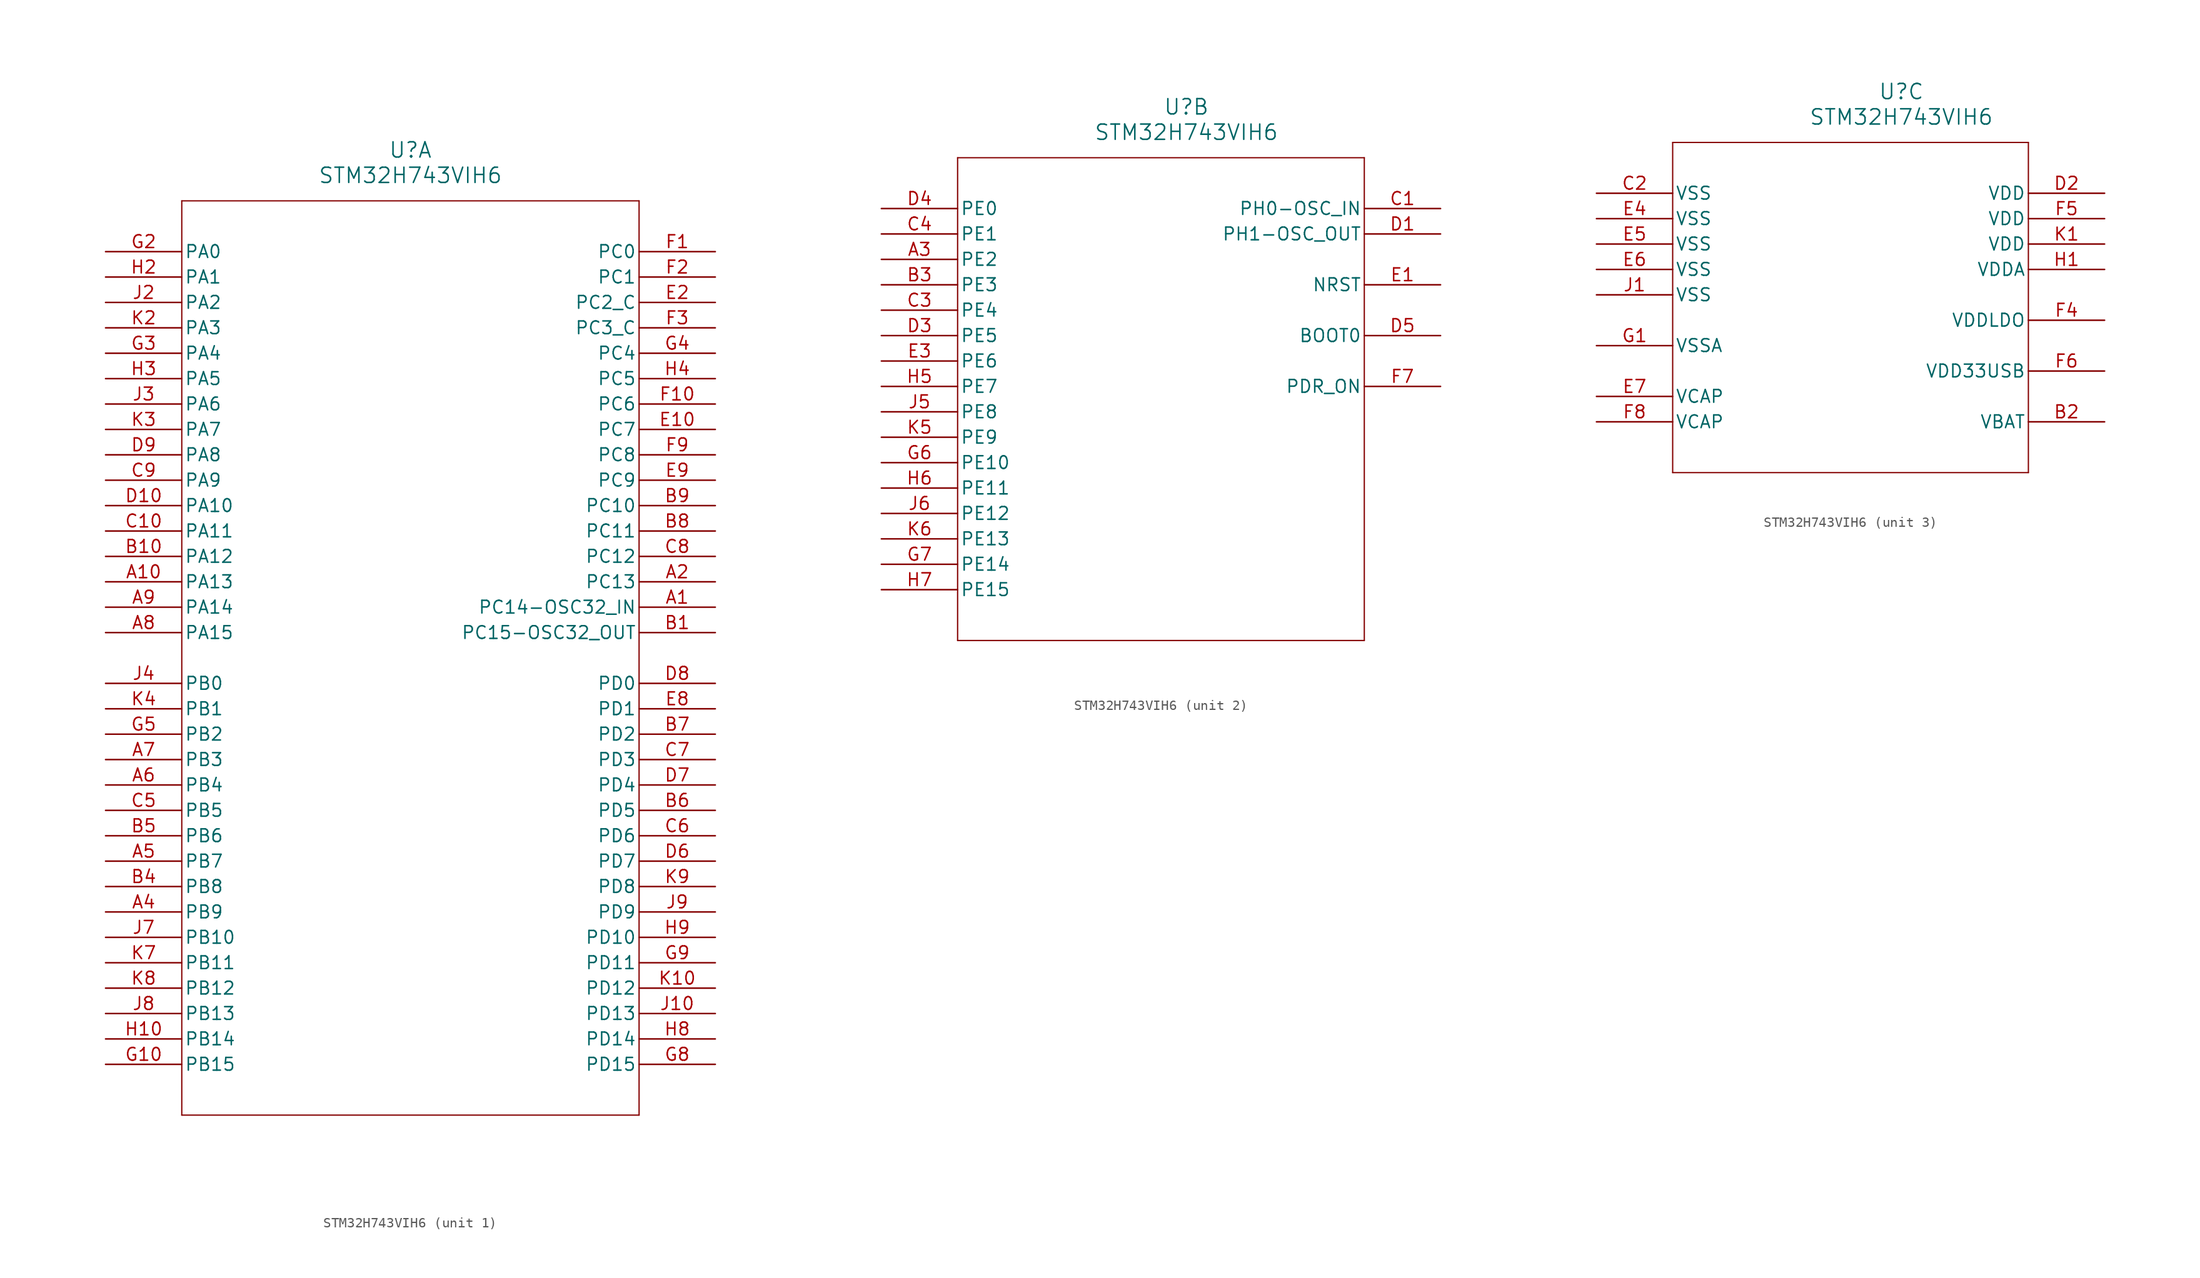
<source format=kicad_sym>
(kicad_symbol_lib
  (version 20220914)
  (generator kicad_symbol_editor)
  (symbol "STM32H743VIH6"
    (pin_names
      (offset 0.254))
    (property "Reference" "U"
      (at 30.48 10.16 0)
      (effects (font (size 1.524 1.524))))
    (property "Value" "STM32H743VIH6"
      (at 30.48 7.62 0)
      (effects (font (size 1.524 1.524))))
    (property "ki_locked" ""
      (at 0 0 0)
      (effects (font (size 1.27 1.27))))
    (symbol "STM32H743VIH6_1_1"
      (polyline (pts (xy 7.62 -86.36) (xy 53.34 -86.36)) (stroke (width 0.127) (type default)) (fill (type none)))
      (polyline (pts (xy 7.62 5.08) (xy 7.62 -86.36)) (stroke (width 0.127) (type default)) (fill (type none)))
      (polyline (pts (xy 53.34 -86.36) (xy 53.34 5.08)) (stroke (width 0.127) (type default)) (fill (type none)))
      (polyline (pts (xy 53.34 5.08) (xy 7.62 5.08)) (stroke (width 0.127) (type default)) (fill (type none)))
      (pin bidirectional line (at 60.96 -35.56 180) (length 7.62) (name "PC14-OSC32_IN" (effects (font (size 1.27 1.27)))) (number "A1" (effects (font (size 1.27 1.27)))))
      (pin bidirectional line (at 0 -33.02 0) (length 7.62) (name "PA13" (effects (font (size 1.27 1.27)))) (number "A10" (effects (font (size 1.27 1.27)))))
      (pin bidirectional line (at 60.96 -33.02 180) (length 7.62) (name "PC13" (effects (font (size 1.27 1.27)))) (number "A2" (effects (font (size 1.27 1.27)))))
      (pin bidirectional line (at 0 -66.04 0) (length 7.62) (name "PB9" (effects (font (size 1.27 1.27)))) (number "A4" (effects (font (size 1.27 1.27)))))
      (pin bidirectional line (at 0 -60.96 0) (length 7.62) (name "PB7" (effects (font (size 1.27 1.27)))) (number "A5" (effects (font (size 1.27 1.27)))))
      (pin bidirectional line (at 0 -53.34 0) (length 7.62) (name "PB4" (effects (font (size 1.27 1.27)))) (number "A6" (effects (font (size 1.27 1.27)))))
      (pin bidirectional line (at 0 -50.8 0) (length 7.62) (name "PB3" (effects (font (size 1.27 1.27)))) (number "A7" (effects (font (size 1.27 1.27)))))
      (pin bidirectional line (at 0 -38.1 0) (length 7.62) (name "PA15" (effects (font (size 1.27 1.27)))) (number "A8" (effects (font (size 1.27 1.27)))))
      (pin bidirectional line (at 0 -35.56 0) (length 7.62) (name "PA14" (effects (font (size 1.27 1.27)))) (number "A9" (effects (font (size 1.27 1.27)))))
      (pin bidirectional line (at 60.96 -38.1 180) (length 7.62) (name "PC15-OSC32_OUT" (effects (font (size 1.27 1.27)))) (number "B1" (effects (font (size 1.27 1.27)))))
      (pin bidirectional line (at 0 -30.48 0) (length 7.62) (name "PA12" (effects (font (size 1.27 1.27)))) (number "B10" (effects (font (size 1.27 1.27)))))
      (pin bidirectional line (at 0 -63.5 0) (length 7.62) (name "PB8" (effects (font (size 1.27 1.27)))) (number "B4" (effects (font (size 1.27 1.27)))))
      (pin bidirectional line (at 0 -58.42 0) (length 7.62) (name "PB6" (effects (font (size 1.27 1.27)))) (number "B5" (effects (font (size 1.27 1.27)))))
      (pin bidirectional line (at 60.96 -55.88 180) (length 7.62) (name "PD5" (effects (font (size 1.27 1.27)))) (number "B6" (effects (font (size 1.27 1.27)))))
      (pin bidirectional line (at 60.96 -48.26 180) (length 7.62) (name "PD2" (effects (font (size 1.27 1.27)))) (number "B7" (effects (font (size 1.27 1.27)))))
      (pin bidirectional line (at 60.96 -27.94 180) (length 7.62) (name "PC11" (effects (font (size 1.27 1.27)))) (number "B8" (effects (font (size 1.27 1.27)))))
      (pin bidirectional line (at 60.96 -25.4 180) (length 7.62) (name "PC10" (effects (font (size 1.27 1.27)))) (number "B9" (effects (font (size 1.27 1.27)))))
      (pin bidirectional line (at 0 -27.94 0) (length 7.62) (name "PA11" (effects (font (size 1.27 1.27)))) (number "C10" (effects (font (size 1.27 1.27)))))
      (pin bidirectional line (at 0 -55.88 0) (length 7.62) (name "PB5" (effects (font (size 1.27 1.27)))) (number "C5" (effects (font (size 1.27 1.27)))))
      (pin bidirectional line (at 60.96 -58.42 180) (length 7.62) (name "PD6" (effects (font (size 1.27 1.27)))) (number "C6" (effects (font (size 1.27 1.27)))))
      (pin bidirectional line (at 60.96 -50.8 180) (length 7.62) (name "PD3" (effects (font (size 1.27 1.27)))) (number "C7" (effects (font (size 1.27 1.27)))))
      (pin bidirectional line (at 60.96 -30.48 180) (length 7.62) (name "PC12" (effects (font (size 1.27 1.27)))) (number "C8" (effects (font (size 1.27 1.27)))))
      (pin bidirectional line (at 0 -22.86 0) (length 7.62) (name "PA9" (effects (font (size 1.27 1.27)))) (number "C9" (effects (font (size 1.27 1.27)))))
      (pin bidirectional line (at 0 -25.4 0) (length 7.62) (name "PA10" (effects (font (size 1.27 1.27)))) (number "D10" (effects (font (size 1.27 1.27)))))
      (pin bidirectional line (at 60.96 -60.96 180) (length 7.62) (name "PD7" (effects (font (size 1.27 1.27)))) (number "D6" (effects (font (size 1.27 1.27)))))
      (pin bidirectional line (at 60.96 -53.34 180) (length 7.62) (name "PD4" (effects (font (size 1.27 1.27)))) (number "D7" (effects (font (size 1.27 1.27)))))
      (pin bidirectional line (at 60.96 -43.18 180) (length 7.62) (name "PD0" (effects (font (size 1.27 1.27)))) (number "D8" (effects (font (size 1.27 1.27)))))
      (pin bidirectional line (at 0 -20.32 0) (length 7.62) (name "PA8" (effects (font (size 1.27 1.27)))) (number "D9" (effects (font (size 1.27 1.27)))))
      (pin bidirectional line (at 60.96 -17.78 180) (length 7.62) (name "PC7" (effects (font (size 1.27 1.27)))) (number "E10" (effects (font (size 1.27 1.27)))))
      (pin bidirectional line (at 60.96 -5.08 180) (length 7.62) (name "PC2_C" (effects (font (size 1.27 1.27)))) (number "E2" (effects (font (size 1.27 1.27)))))
      (pin bidirectional line (at 60.96 -45.72 180) (length 7.62) (name "PD1" (effects (font (size 1.27 1.27)))) (number "E8" (effects (font (size 1.27 1.27)))))
      (pin bidirectional line (at 60.96 -22.86 180) (length 7.62) (name "PC9" (effects (font (size 1.27 1.27)))) (number "E9" (effects (font (size 1.27 1.27)))))
      (pin bidirectional line (at 60.96 0 180) (length 7.62) (name "PC0" (effects (font (size 1.27 1.27)))) (number "F1" (effects (font (size 1.27 1.27)))))
      (pin bidirectional line (at 60.96 -15.24 180) (length 7.62) (name "PC6" (effects (font (size 1.27 1.27)))) (number "F10" (effects (font (size 1.27 1.27)))))
      (pin bidirectional line (at 60.96 -2.54 180) (length 7.62) (name "PC1" (effects (font (size 1.27 1.27)))) (number "F2" (effects (font (size 1.27 1.27)))))
      (pin bidirectional line (at 60.96 -7.62 180) (length 7.62) (name "PC3_C" (effects (font (size 1.27 1.27)))) (number "F3" (effects (font (size 1.27 1.27)))))
      (pin bidirectional line (at 60.96 -20.32 180) (length 7.62) (name "PC8" (effects (font (size 1.27 1.27)))) (number "F9" (effects (font (size 1.27 1.27)))))
      (pin bidirectional line (at 0 -81.28 0) (length 7.62) (name "PB15" (effects (font (size 1.27 1.27)))) (number "G10" (effects (font (size 1.27 1.27)))))
      (pin bidirectional line (at 0 0 0) (length 7.62) (name "PA0" (effects (font (size 1.27 1.27)))) (number "G2" (effects (font (size 1.27 1.27)))))
      (pin bidirectional line (at 0 -10.16 0) (length 7.62) (name "PA4" (effects (font (size 1.27 1.27)))) (number "G3" (effects (font (size 1.27 1.27)))))
      (pin bidirectional line (at 60.96 -10.16 180) (length 7.62) (name "PC4" (effects (font (size 1.27 1.27)))) (number "G4" (effects (font (size 1.27 1.27)))))
      (pin bidirectional line (at 0 -48.26 0) (length 7.62) (name "PB2" (effects (font (size 1.27 1.27)))) (number "G5" (effects (font (size 1.27 1.27)))))
      (pin bidirectional line (at 60.96 -81.28 180) (length 7.62) (name "PD15" (effects (font (size 1.27 1.27)))) (number "G8" (effects (font (size 1.27 1.27)))))
      (pin bidirectional line (at 60.96 -71.12 180) (length 7.62) (name "PD11" (effects (font (size 1.27 1.27)))) (number "G9" (effects (font (size 1.27 1.27)))))
      (pin bidirectional line (at 0 -78.74 0) (length 7.62) (name "PB14" (effects (font (size 1.27 1.27)))) (number "H10" (effects (font (size 1.27 1.27)))))
      (pin bidirectional line (at 0 -2.54 0) (length 7.62) (name "PA1" (effects (font (size 1.27 1.27)))) (number "H2" (effects (font (size 1.27 1.27)))))
      (pin bidirectional line (at 0 -12.7 0) (length 7.62) (name "PA5" (effects (font (size 1.27 1.27)))) (number "H3" (effects (font (size 1.27 1.27)))))
      (pin bidirectional line (at 60.96 -12.7 180) (length 7.62) (name "PC5" (effects (font (size 1.27 1.27)))) (number "H4" (effects (font (size 1.27 1.27)))))
      (pin bidirectional line (at 60.96 -78.74 180) (length 7.62) (name "PD14" (effects (font (size 1.27 1.27)))) (number "H8" (effects (font (size 1.27 1.27)))))
      (pin bidirectional line (at 60.96 -68.58 180) (length 7.62) (name "PD10" (effects (font (size 1.27 1.27)))) (number "H9" (effects (font (size 1.27 1.27)))))
      (pin bidirectional line (at 60.96 -76.2 180) (length 7.62) (name "PD13" (effects (font (size 1.27 1.27)))) (number "J10" (effects (font (size 1.27 1.27)))))
      (pin bidirectional line (at 0 -5.08 0) (length 7.62) (name "PA2" (effects (font (size 1.27 1.27)))) (number "J2" (effects (font (size 1.27 1.27)))))
      (pin bidirectional line (at 0 -15.24 0) (length 7.62) (name "PA6" (effects (font (size 1.27 1.27)))) (number "J3" (effects (font (size 1.27 1.27)))))
      (pin bidirectional line (at 0 -43.18 0) (length 7.62) (name "PB0" (effects (font (size 1.27 1.27)))) (number "J4" (effects (font (size 1.27 1.27)))))
      (pin bidirectional line (at 0 -68.58 0) (length 7.62) (name "PB10" (effects (font (size 1.27 1.27)))) (number "J7" (effects (font (size 1.27 1.27)))))
      (pin bidirectional line (at 0 -76.2 0) (length 7.62) (name "PB13" (effects (font (size 1.27 1.27)))) (number "J8" (effects (font (size 1.27 1.27)))))
      (pin bidirectional line (at 60.96 -66.04 180) (length 7.62) (name "PD9" (effects (font (size 1.27 1.27)))) (number "J9" (effects (font (size 1.27 1.27)))))
      (pin bidirectional line (at 60.96 -73.66 180) (length 7.62) (name "PD12" (effects (font (size 1.27 1.27)))) (number "K10" (effects (font (size 1.27 1.27)))))
      (pin bidirectional line (at 0 -7.62 0) (length 7.62) (name "PA3" (effects (font (size 1.27 1.27)))) (number "K2" (effects (font (size 1.27 1.27)))))
      (pin bidirectional line (at 0 -17.78 0) (length 7.62) (name "PA7" (effects (font (size 1.27 1.27)))) (number "K3" (effects (font (size 1.27 1.27)))))
      (pin bidirectional line (at 0 -45.72 0) (length 7.62) (name "PB1" (effects (font (size 1.27 1.27)))) (number "K4" (effects (font (size 1.27 1.27)))))
      (pin bidirectional line (at 0 -71.12 0) (length 7.62) (name "PB11" (effects (font (size 1.27 1.27)))) (number "K7" (effects (font (size 1.27 1.27)))))
      (pin bidirectional line (at 0 -73.66 0) (length 7.62) (name "PB12" (effects (font (size 1.27 1.27)))) (number "K8" (effects (font (size 1.27 1.27)))))
      (pin bidirectional line (at 60.96 -63.5 180) (length 7.62) (name "PD8" (effects (font (size 1.27 1.27)))) (number "K9" (effects (font (size 1.27 1.27))))))
    (symbol "STM32H743VIH6_2_1"
      (polyline (pts (xy 7.62 -43.18) (xy 48.26 -43.18)) (stroke (width 0.127) (type default)) (fill (type none)))
      (polyline (pts (xy 7.62 5.08) (xy 7.62 -43.18)) (stroke (width 0.127) (type default)) (fill (type none)))
      (polyline (pts (xy 48.26 -43.18) (xy 48.26 5.08)) (stroke (width 0.127) (type default)) (fill (type none)))
      (polyline (pts (xy 48.26 5.08) (xy 7.62 5.08)) (stroke (width 0.127) (type default)) (fill (type none)))
      (pin bidirectional line (at 0 -5.08 0) (length 7.62) (name "PE2" (effects (font (size 1.27 1.27)))) (number "A3" (effects (font (size 1.27 1.27)))))
      (pin bidirectional line (at 0 -7.62 0) (length 7.62) (name "PE3" (effects (font (size 1.27 1.27)))) (number "B3" (effects (font (size 1.27 1.27)))))
      (pin bidirectional line (at 55.88 0 180) (length 7.62) (name "PH0-OSC_IN" (effects (font (size 1.27 1.27)))) (number "C1" (effects (font (size 1.27 1.27)))))
      (pin bidirectional line (at 0 -10.16 0) (length 7.62) (name "PE4" (effects (font (size 1.27 1.27)))) (number "C3" (effects (font (size 1.27 1.27)))))
      (pin bidirectional line (at 0 -2.54 0) (length 7.62) (name "PE1" (effects (font (size 1.27 1.27)))) (number "C4" (effects (font (size 1.27 1.27)))))
      (pin bidirectional line (at 55.88 -2.54 180) (length 7.62) (name "PH1-OSC_OUT" (effects (font (size 1.27 1.27)))) (number "D1" (effects (font (size 1.27 1.27)))))
      (pin bidirectional line (at 0 -12.7 0) (length 7.62) (name "PE5" (effects (font (size 1.27 1.27)))) (number "D3" (effects (font (size 1.27 1.27)))))
      (pin bidirectional line (at 0 0 0) (length 7.62) (name "PE0" (effects (font (size 1.27 1.27)))) (number "D4" (effects (font (size 1.27 1.27)))))
      (pin input line (at 55.88 -12.7 180) (length 7.62) (name "BOOT0" (effects (font (size 1.27 1.27)))) (number "D5" (effects (font (size 1.27 1.27)))))
      (pin bidirectional line (at 55.88 -7.62 180) (length 7.62) (name "NRST" (effects (font (size 1.27 1.27)))) (number "E1" (effects (font (size 1.27 1.27)))))
      (pin bidirectional line (at 0 -15.24 0) (length 7.62) (name "PE6" (effects (font (size 1.27 1.27)))) (number "E3" (effects (font (size 1.27 1.27)))))
      (pin bidirectional line (at 55.88 -17.78 180) (length 7.62) (name "PDR_ON" (effects (font (size 1.27 1.27)))) (number "F7" (effects (font (size 1.27 1.27)))))
      (pin bidirectional line (at 0 -25.4 0) (length 7.62) (name "PE10" (effects (font (size 1.27 1.27)))) (number "G6" (effects (font (size 1.27 1.27)))))
      (pin bidirectional line (at 0 -35.56 0) (length 7.62) (name "PE14" (effects (font (size 1.27 1.27)))) (number "G7" (effects (font (size 1.27 1.27)))))
      (pin bidirectional line (at 0 -17.78 0) (length 7.62) (name "PE7" (effects (font (size 1.27 1.27)))) (number "H5" (effects (font (size 1.27 1.27)))))
      (pin bidirectional line (at 0 -27.94 0) (length 7.62) (name "PE11" (effects (font (size 1.27 1.27)))) (number "H6" (effects (font (size 1.27 1.27)))))
      (pin bidirectional line (at 0 -38.1 0) (length 7.62) (name "PE15" (effects (font (size 1.27 1.27)))) (number "H7" (effects (font (size 1.27 1.27)))))
      (pin bidirectional line (at 0 -20.32 0) (length 7.62) (name "PE8" (effects (font (size 1.27 1.27)))) (number "J5" (effects (font (size 1.27 1.27)))))
      (pin bidirectional line (at 0 -30.48 0) (length 7.62) (name "PE12" (effects (font (size 1.27 1.27)))) (number "J6" (effects (font (size 1.27 1.27)))))
      (pin bidirectional line (at 0 -22.86 0) (length 7.62) (name "PE9" (effects (font (size 1.27 1.27)))) (number "K5" (effects (font (size 1.27 1.27)))))
      (pin bidirectional line (at 0 -33.02 0) (length 7.62) (name "PE13" (effects (font (size 1.27 1.27)))) (number "K6" (effects (font (size 1.27 1.27))))))
    (symbol "STM32H743VIH6_3_1"
      (polyline (pts (xy 7.62 -27.94) (xy 43.18 -27.94)) (stroke (width 0.127) (type default)) (fill (type none)))
      (polyline (pts (xy 7.62 5.08) (xy 7.62 -27.94)) (stroke (width 0.127) (type default)) (fill (type none)))
      (polyline (pts (xy 43.18 -27.94) (xy 43.18 5.08)) (stroke (width 0.127) (type default)) (fill (type none)))
      (polyline (pts (xy 43.18 5.08) (xy 7.62 5.08)) (stroke (width 0.127) (type default)) (fill (type none)))
      (pin power_in line (at 50.8 -22.86 180) (length 7.62) (name "VBAT" (effects (font (size 1.27 1.27)))) (number "B2" (effects (font (size 1.27 1.27)))))
      (pin power_in line (at 0 0 0) (length 7.62) (name "VSS" (effects (font (size 1.27 1.27)))) (number "C2" (effects (font (size 1.27 1.27)))))
      (pin power_in line (at 50.8 0 180) (length 7.62) (name "VDD" (effects (font (size 1.27 1.27)))) (number "D2" (effects (font (size 1.27 1.27)))))
      (pin power_in line (at 0 -2.54 0) (length 7.62) (name "VSS" (effects (font (size 1.27 1.27)))) (number "E4" (effects (font (size 1.27 1.27)))))
      (pin power_in line (at 0 -5.08 0) (length 7.62) (name "VSS" (effects (font (size 1.27 1.27)))) (number "E5" (effects (font (size 1.27 1.27)))))
      (pin power_in line (at 0 -7.62 0) (length 7.62) (name "VSS" (effects (font (size 1.27 1.27)))) (number "E6" (effects (font (size 1.27 1.27)))))
      (pin power_in line (at 0 -20.32 0) (length 7.62) (name "VCAP" (effects (font (size 1.27 1.27)))) (number "E7" (effects (font (size 1.27 1.27)))))
      (pin power_in line (at 50.8 -12.7 180) (length 7.62) (name "VDDLDO" (effects (font (size 1.27 1.27)))) (number "F4" (effects (font (size 1.27 1.27)))))
      (pin power_in line (at 50.8 -2.54 180) (length 7.62) (name "VDD" (effects (font (size 1.27 1.27)))) (number "F5" (effects (font (size 1.27 1.27)))))
      (pin power_in line (at 50.8 -17.78 180) (length 7.62) (name "VDD33USB" (effects (font (size 1.27 1.27)))) (number "F6" (effects (font (size 1.27 1.27)))))
      (pin power_in line (at 0 -22.86 0) (length 7.62) (name "VCAP" (effects (font (size 1.27 1.27)))) (number "F8" (effects (font (size 1.27 1.27)))))
      (pin power_in line (at 0 -15.24 0) (length 7.62) (name "VSSA" (effects (font (size 1.27 1.27)))) (number "G1" (effects (font (size 1.27 1.27)))))
      (pin power_in line (at 50.8 -7.62 180) (length 7.62) (name "VDDA" (effects (font (size 1.27 1.27)))) (number "H1" (effects (font (size 1.27 1.27)))))
      (pin power_in line (at 0 -10.16 0) (length 7.62) (name "VSS" (effects (font (size 1.27 1.27)))) (number "J1" (effects (font (size 1.27 1.27)))))
      (pin power_in line (at 50.8 -5.08 180) (length 7.62) (name "VDD" (effects (font (size 1.27 1.27)))) (number "K1" (effects (font (size 1.27 1.27))))))))
</source>
